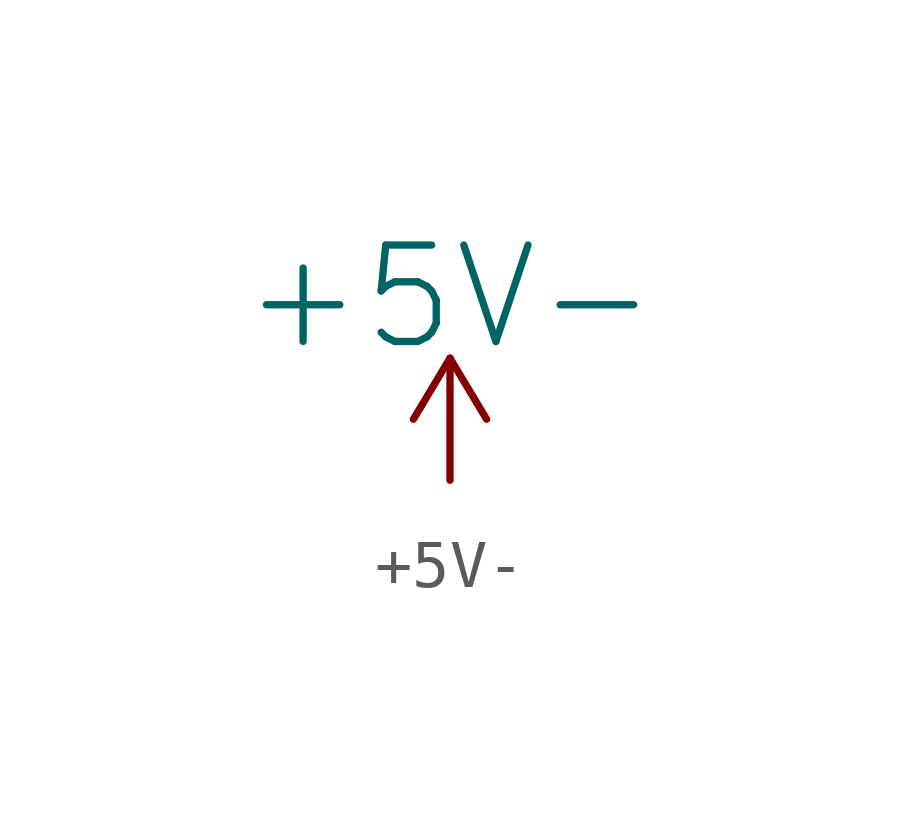
<source format=kicad_sym>
(kicad_symbol_lib
  (version 20231120)
  (generator "kicad_symbol_editor")
  (generator_version "8.0")
  (symbol "+5V-"
    (power)
    (pin_names
      (offset 0))
    (property "Reference" "#PWR"
      (at 0 -3.81 0)
      (effects (font (size 1.27 1.27)) (hide yes)))
    (property "Value" "+5V-"
      (at 0 3.81 0)
      (effects (font (size 2.007 2.007))))
    (symbol "+5V-_0_1"
      (polyline (pts (xy -0.762 1.27) (xy 0 2.54)) (stroke (width 0) (type solid)) (fill (type none)))
      (polyline (pts (xy 0 0) (xy 0 2.54)) (stroke (width 0) (type solid)) (fill (type none)))
      (polyline (pts (xy 0 2.54) (xy 0.762 1.27)) (stroke (width 0) (type solid)) (fill (type none))))
    (symbol "+5V-_1_1"
      (pin power_in line (at 0 0 90) (length 0) hide (name "+5V" (effects (font (size 1.27 1.27)))) (number "1" (effects (font (size 1.27 1.27))))))))
</source>
